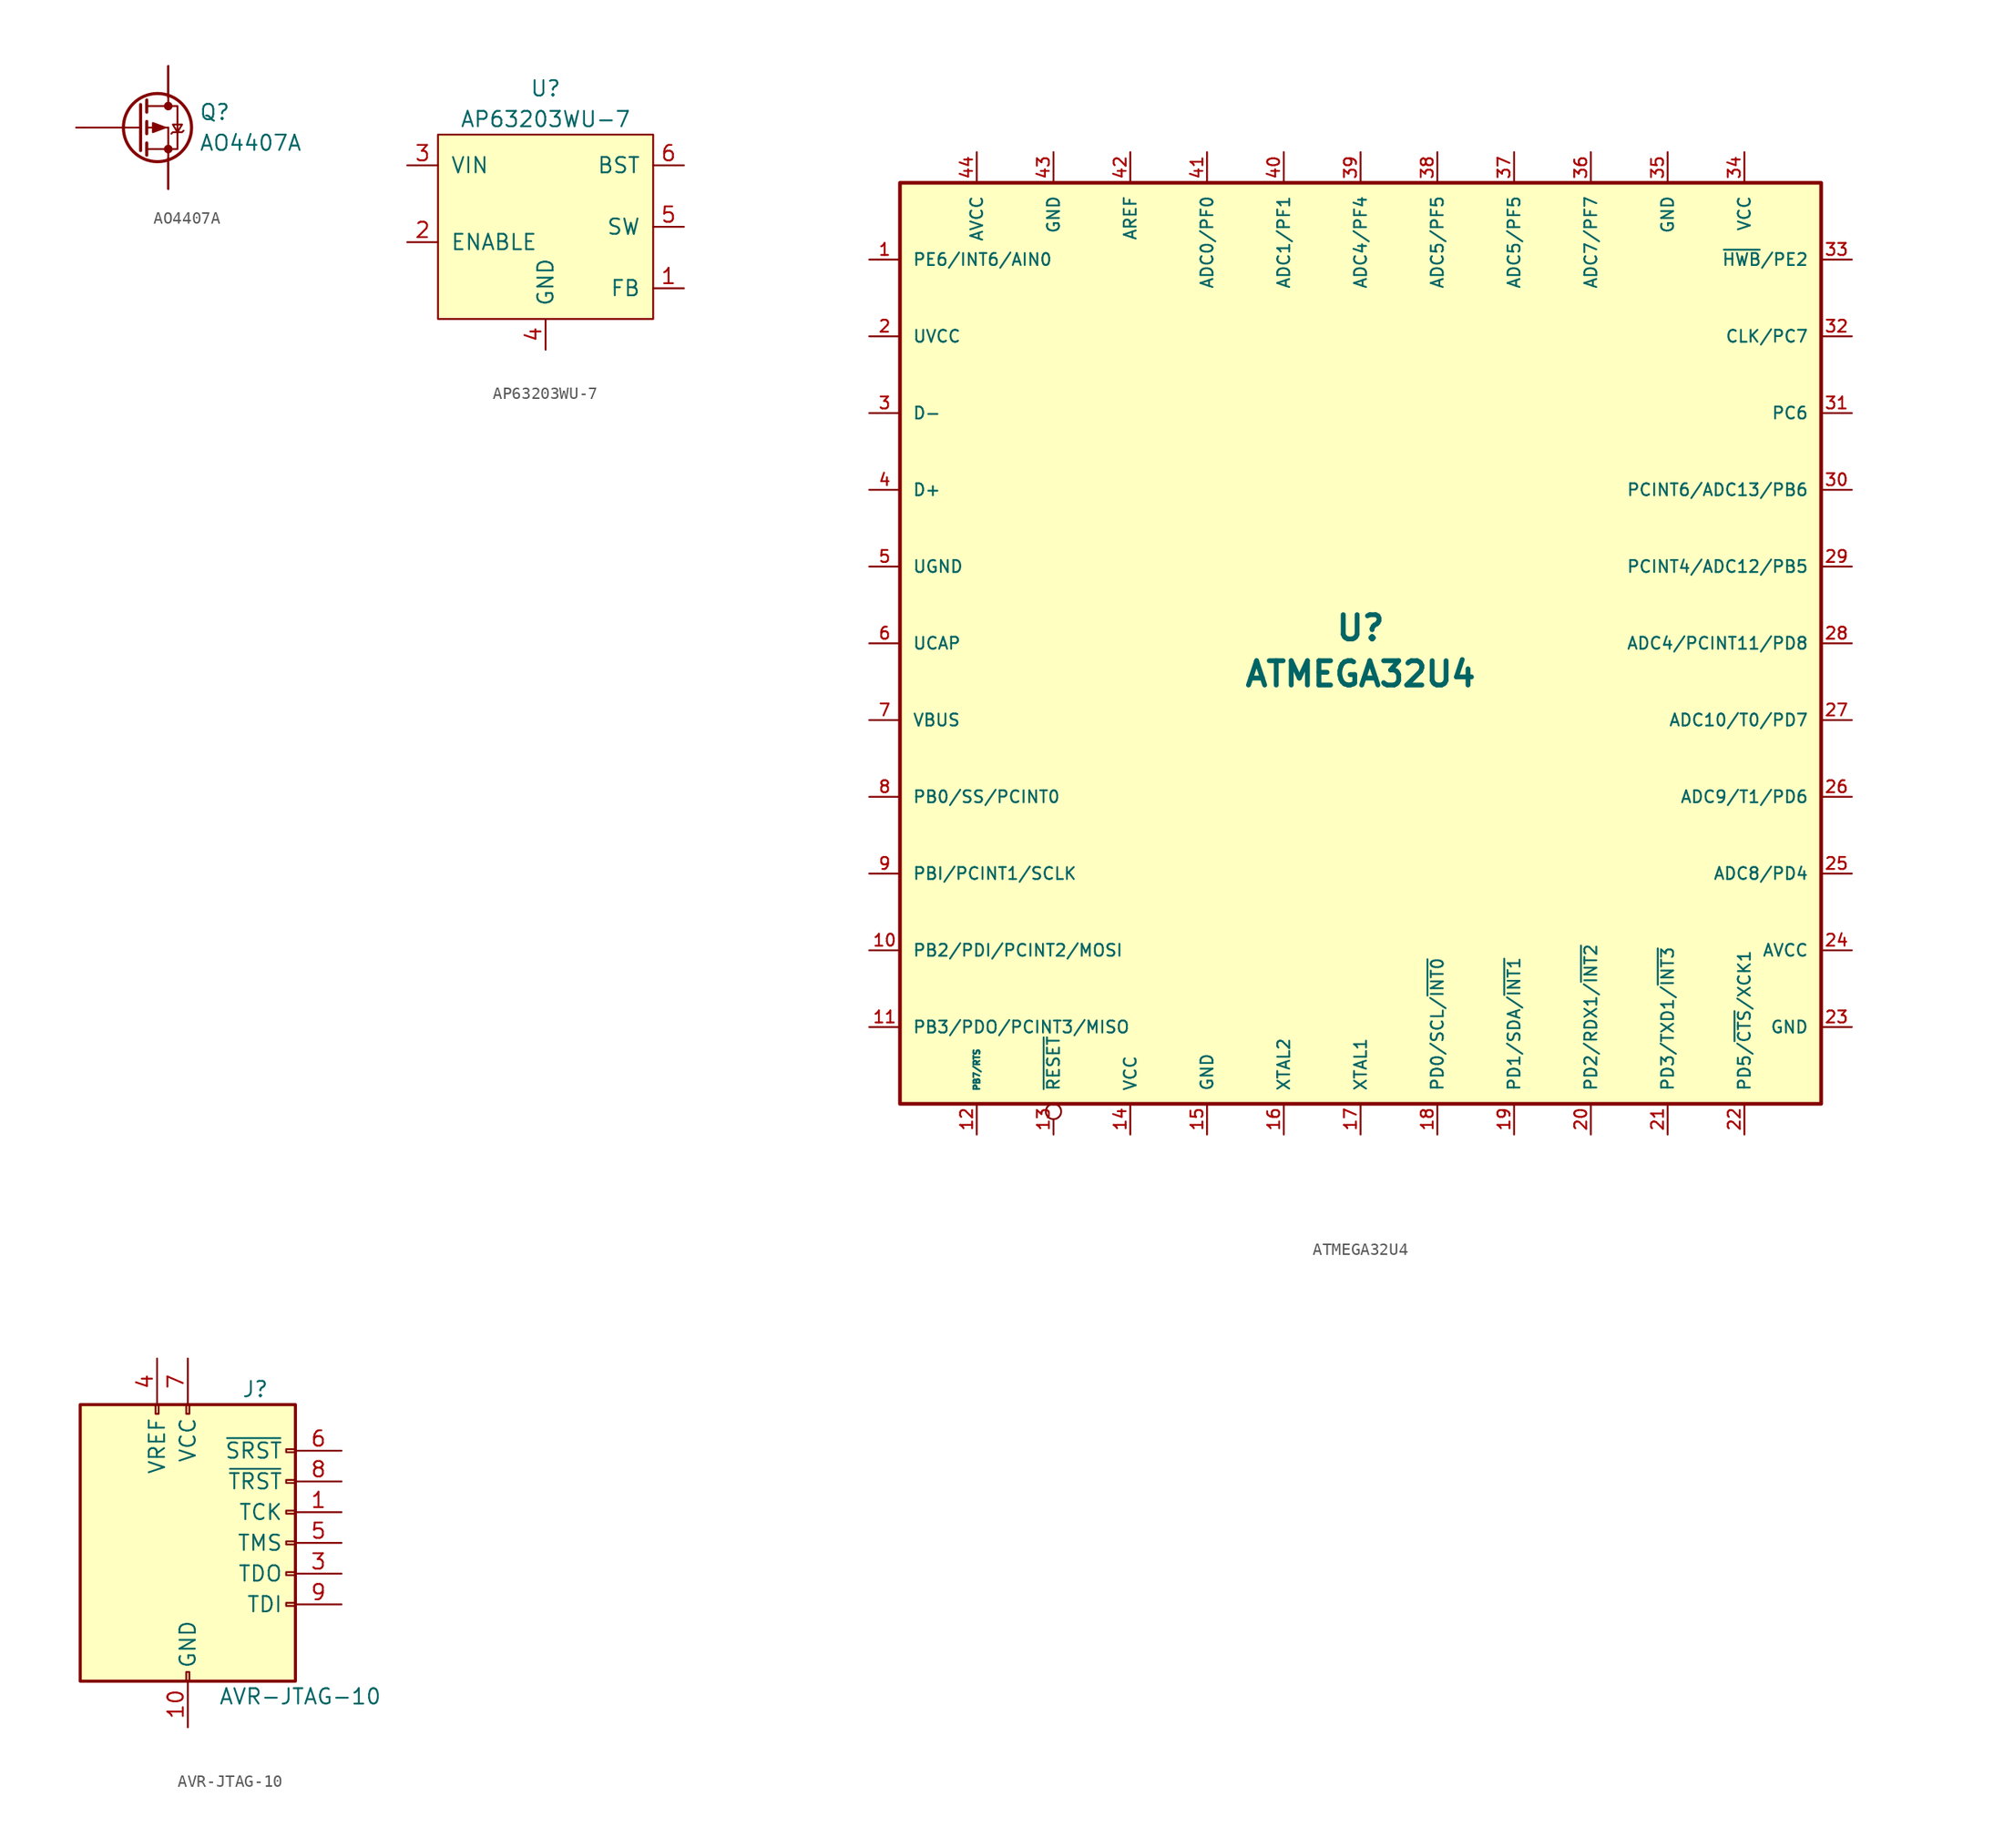
<source format=kicad_sym>
(kicad_symbol_lib
  (version 20211014)
  (generator kicad_symbol_editor)
  (symbol "AO4407A"
    (pin_names
      (offset 0) hide)
    (property "Reference" "Q"
      (at 2.54 1.27 0)
      (effects (font (size 1.27 1.27)) (justify left)))
    (property "Value" "AO4407A"
      (at 2.54 -1.27 0)
      (effects (font (size 1.27 1.27)) (justify left)))
    (symbol "AO4407A_0_1"
      (circle (center -0.889 0) (radius 2.819) (stroke (width 0.254) (type default) (color 0 0 0 0)) (fill (type none)))
      (circle (center 0 -1.778) (radius 0.279) (stroke (width 0) (type default) (color 0 0 0 0)) (fill (type outline)))
      (polyline (pts (xy -2.489 0) (xy -2.286 0)) (stroke (width 0) (type default) (color 0 0 0 0)) (fill (type none)))
      (polyline (pts (xy -1.778 -1.778) (xy 0 -1.778)) (stroke (width 0) (type default) (color 0 0 0 0)) (fill (type none)))
      (polyline (pts (xy -1.778 -1.27) (xy -1.778 -2.286)) (stroke (width 0.254) (type default) (color 0 0 0 0)) (fill (type none)))
      (polyline (pts (xy -1.778 0) (xy 0 0)) (stroke (width 0) (type default) (color 0 0 0 0)) (fill (type none)))
      (polyline (pts (xy -1.778 0.508) (xy -1.778 -0.508)) (stroke (width 0.254) (type default) (color 0 0 0 0)) (fill (type none)))
      (polyline (pts (xy -1.778 1.778) (xy 0 1.778)) (stroke (width 0) (type default) (color 0 0 0 0)) (fill (type none)))
      (polyline (pts (xy -1.778 2.286) (xy -1.778 1.27)) (stroke (width 0.254) (type default) (color 0 0 0 0)) (fill (type none)))
      (polyline (pts (xy 0 -1.778) (xy 0 -2.54)) (stroke (width 0) (type default) (color 0 0 0 0)) (fill (type none)))
      (polyline (pts (xy 0 -1.778) (xy 0 0)) (stroke (width 0) (type default) (color 0 0 0 0)) (fill (type none)))
      (polyline (pts (xy 0 2.54) (xy 0 1.778)) (stroke (width 0) (type default) (color 0 0 0 0)) (fill (type none)))
      (polyline (pts (xy -2.286 1.905) (xy -2.286 -1.905) (xy -2.286 -1.905)) (stroke (width 0.254) (type default) (color 0 0 0 0)) (fill (type none)))
      (polyline (pts (xy -0.254 0) (xy -1.27 -0.381) (xy -1.27 0.381) (xy -0.254 0)) (stroke (width 0) (type default) (color 0 0 0 0)) (fill (type outline)))
      (polyline (pts (xy 0 -1.778) (xy 0.762 -1.778) (xy 0.762 1.778) (xy 0 1.778)) (stroke (width 0) (type default) (color 0 0 0 0)) (fill (type none)))
      (polyline (pts (xy 0.254 -0.508) (xy 0.381 -0.381) (xy 1.143 -0.381) (xy 1.27 -0.254)) (stroke (width 0) (type default) (color 0 0 0 0)) (fill (type none)))
      (polyline (pts (xy 0.762 -0.381) (xy 0.381 0.254) (xy 1.143 0.254) (xy 0.762 -0.381)) (stroke (width 0) (type default) (color 0 0 0 0)) (fill (type none)))
      (circle (center 0 1.778) (radius 0.279) (stroke (width 0) (type default) (color 0 0 0 0)) (fill (type outline))))
    (symbol "AO4407A_1_1"
      (pin passive line (at 0 -5.08 90) (length 2.54) (name "S" (effects (font (size 1.27 1.27)))) (number "1" (effects (font (size 0 0)))))
      (pin passive line (at 0 -5.08 90) (length 2.54) (name "S" (effects (font (size 1.27 1.27)))) (number "2" (effects (font (size 0 0)))))
      (pin passive line (at 0 -5.08 90) (length 2.54) (name "S" (effects (font (size 1.27 1.27)))) (number "3" (effects (font (size 0 0)))))
      (pin input line (at -7.62 0 0) (length 5.08) (name "G" (effects (font (size 1.27 1.27)))) (number "4" (effects (font (size 0 0)))))
      (pin passive line (at 0 5.08 270) (length 2.54) (name "D" (effects (font (size 1.27 1.27)))) (number "5" (effects (font (size 0 0)))))
      (pin passive line (at 0 5.08 270) (length 2.54) (name "D" (effects (font (size 1.27 1.27)))) (number "6" (effects (font (size 0 0)))))
      (pin passive line (at 0 5.08 270) (length 2.54) (name "D" (effects (font (size 1.27 1.27)))) (number "7" (effects (font (size 0 0)))))
      (pin passive line (at 0 5.08 270) (length 2.54) (name "D" (effects (font (size 1.27 1.27)))) (number "8" (effects (font (size 0 0)))))))
  (symbol "AP63203WU-7"
    (pin_names
      (offset 1.016))
    (property "Reference" "U"
      (at 0 13.97 0)
      (effects (font (size 1.27 1.27))))
    (property "Value" "AP63203WU-7"
      (at 0 11.43 0)
      (effects (font (size 1.27 1.27))))
    (symbol "AP63203WU-7_0_0"
      (rectangle (start -8.89 10.16) (end 8.89 -5.08) (stroke (width 0) (type default) (color 0 0 0 0)) (fill (type background))))
    (symbol "AP63203WU-7_1_1"
      (pin input line (at 11.43 -2.54 180) (length 2.54) (name "FB" (effects (font (size 1.27 1.27)))) (number "1" (effects (font (size 1.27 1.27)))))
      (pin input line (at -11.43 1.27 0) (length 2.54) (name "ENABLE" (effects (font (size 1.27 1.27)))) (number "2" (effects (font (size 1.27 1.27)))))
      (pin input line (at -11.43 7.62 0) (length 2.54) (name "VIN" (effects (font (size 1.27 1.27)))) (number "3" (effects (font (size 1.27 1.27)))))
      (pin input line (at 0 -7.62 90) (length 2.54) (name "GND" (effects (font (size 1.27 1.27)))) (number "4" (effects (font (size 1.27 1.27)))))
      (pin output line (at 11.43 2.54 180) (length 2.54) (name "SW" (effects (font (size 1.27 1.27)))) (number "5" (effects (font (size 1.27 1.27)))))
      (pin input line (at 11.43 7.62 180) (length 2.54) (name "BST" (effects (font (size 1.27 1.27)))) (number "6" (effects (font (size 1.27 1.27)))))))
  (symbol "ATMEGA32U4"
    (pin_names
      (offset 1.016))
    (property "Reference" "U"
      (at 0 1.27 0)
      (effects (font (size 2.007 2.007) bold)))
    (property "Value" "ATMEGA32U4"
      (at 0 -2.54 0)
      (effects (font (size 2.007 2.007) bold)))
    (symbol "ATMEGA32U4_0_1"
      (rectangle (start -38.1 38.1) (end 38.1 -38.1) (stroke (width 0.305) (type default) (color 0 0 0 0)) (fill (type background))))
    (symbol "ATMEGA32U4_1_1"
      (pin bidirectional line (at -40.64 31.75 0) (length 2.54) (name "PE6/INT6/AIN0" (effects (font (size 0.991 0.991)))) (number "1" (effects (font (size 0.991 0.991)))))
      (pin bidirectional line (at -40.64 -25.4 0) (length 2.54) (name "PB2/PDI/PCINT2/MOSI" (effects (font (size 0.991 0.991)))) (number "10" (effects (font (size 0.991 0.991)))))
      (pin bidirectional line (at -40.64 -31.75 0) (length 2.54) (name "PB3/PDO/PCINT3/MISO" (effects (font (size 0.991 0.991)))) (number "11" (effects (font (size 0.991 0.991)))))
      (pin bidirectional line (at -31.75 -40.64 90) (length 2.54) (name "PB7/RTS" (effects (font (size 0.508 0.508)))) (number "12" (effects (font (size 0.991 0.991)))))
      (pin input inverted (at -25.4 -40.64 90) (length 2.54) (name "~{RESET}" (effects (font (size 0.991 0.991)))) (number "13" (effects (font (size 0.991 0.991)))))
      (pin power_in line (at -19.05 -40.64 90) (length 2.54) (name "VCC" (effects (font (size 0.991 0.991)))) (number "14" (effects (font (size 0.991 0.991)))))
      (pin power_in line (at -12.7 -40.64 90) (length 2.54) (name "GND" (effects (font (size 0.991 0.991)))) (number "15" (effects (font (size 0.991 0.991)))))
      (pin input line (at -6.35 -40.64 90) (length 2.54) (name "XTAL2" (effects (font (size 0.991 0.991)))) (number "16" (effects (font (size 0.991 0.991)))))
      (pin input line (at 0 -40.64 90) (length 2.54) (name "XTAL1" (effects (font (size 0.991 0.991)))) (number "17" (effects (font (size 0.991 0.991)))))
      (pin bidirectional line (at 6.35 -40.64 90) (length 2.54) (name "PD0/SCL/~{INT0}" (effects (font (size 0.991 0.991)))) (number "18" (effects (font (size 0.991 0.991)))))
      (pin bidirectional line (at 12.7 -40.64 90) (length 2.54) (name "PD1/SDA/~{INT1}" (effects (font (size 0.991 0.991)))) (number "19" (effects (font (size 0.991 0.991)))))
      (pin power_in line (at -40.64 25.4 0) (length 2.54) (name "UVCC" (effects (font (size 0.991 0.991)))) (number "2" (effects (font (size 0.991 0.991)))))
      (pin bidirectional line (at 19.05 -40.64 90) (length 2.54) (name "PD2/RDX1/~{INT2}" (effects (font (size 0.991 0.991)))) (number "20" (effects (font (size 0.991 0.991)))))
      (pin bidirectional line (at 25.4 -40.64 90) (length 2.54) (name "PD3/TXD1/~{INT3}" (effects (font (size 0.991 0.991)))) (number "21" (effects (font (size 0.991 0.991)))))
      (pin bidirectional line (at 31.75 -40.64 90) (length 2.54) (name "PD5/~{CTS}/XCK1" (effects (font (size 0.991 0.991)))) (number "22" (effects (font (size 0.991 0.991)))))
      (pin power_in line (at 40.64 -31.75 180) (length 2.54) (name "GND" (effects (font (size 0.991 0.991)))) (number "23" (effects (font (size 0.991 0.991)))))
      (pin power_in line (at 40.64 -25.4 180) (length 2.54) (name "AVCC" (effects (font (size 0.991 0.991)))) (number "24" (effects (font (size 0.991 0.991)))))
      (pin bidirectional line (at 40.64 -19.05 180) (length 2.54) (name "ADC8/PD4" (effects (font (size 0.991 0.991)))) (number "25" (effects (font (size 0.991 0.991)))))
      (pin bidirectional line (at 40.64 -12.7 180) (length 2.54) (name "ADC9/T1/PD6" (effects (font (size 0.991 0.991)))) (number "26" (effects (font (size 0.991 0.991)))))
      (pin bidirectional line (at 40.64 -6.35 180) (length 2.54) (name "ADC10/T0/PD7" (effects (font (size 0.991 0.991)))) (number "27" (effects (font (size 0.991 0.991)))))
      (pin bidirectional line (at 40.64 0 180) (length 2.54) (name "ADC4/PCINT11/PD8" (effects (font (size 0.991 0.991)))) (number "28" (effects (font (size 0.991 0.991)))))
      (pin bidirectional line (at 40.64 6.35 180) (length 2.54) (name "PCINT4/ADC12/PB5" (effects (font (size 0.991 0.991)))) (number "29" (effects (font (size 0.991 0.991)))))
      (pin bidirectional line (at -40.64 19.05 0) (length 2.54) (name "D-" (effects (font (size 0.991 0.991)))) (number "3" (effects (font (size 0.991 0.991)))))
      (pin bidirectional line (at 40.64 12.7 180) (length 2.54) (name "PCINT6/ADC13/PB6" (effects (font (size 0.991 0.991)))) (number "30" (effects (font (size 0.991 0.991)))))
      (pin bidirectional line (at 40.64 19.05 180) (length 2.54) (name "PC6" (effects (font (size 0.991 0.991)))) (number "31" (effects (font (size 0.991 0.991)))))
      (pin bidirectional line (at 40.64 25.4 180) (length 2.54) (name "CLK/PC7" (effects (font (size 0.991 0.991)))) (number "32" (effects (font (size 0.991 0.991)))))
      (pin bidirectional line (at 40.64 31.75 180) (length 2.54) (name "~{HWB}/PE2" (effects (font (size 0.991 0.991)))) (number "33" (effects (font (size 0.991 0.991)))))
      (pin power_in line (at 31.75 40.64 270) (length 2.54) (name "VCC" (effects (font (size 0.991 0.991)))) (number "34" (effects (font (size 0.991 0.991)))))
      (pin power_in line (at 25.4 40.64 270) (length 2.54) (name "GND" (effects (font (size 0.991 0.991)))) (number "35" (effects (font (size 0.991 0.991)))))
      (pin bidirectional line (at 19.05 40.64 270) (length 2.54) (name "ADC7/PF7" (effects (font (size 0.991 0.991)))) (number "36" (effects (font (size 0.991 0.991)))))
      (pin bidirectional line (at 12.7 40.64 270) (length 2.54) (name "ADC5/PF5" (effects (font (size 0.991 0.991)))) (number "37" (effects (font (size 0.991 0.991)))))
      (pin bidirectional line (at 6.35 40.64 270) (length 2.54) (name "ADC5/PF5" (effects (font (size 0.991 0.991)))) (number "38" (effects (font (size 0.991 0.991)))))
      (pin bidirectional line (at 0 40.64 270) (length 2.54) (name "ADC4/PF4" (effects (font (size 0.991 0.991)))) (number "39" (effects (font (size 0.991 0.991)))))
      (pin bidirectional line (at -40.64 12.7 0) (length 2.54) (name "D+" (effects (font (size 0.991 0.991)))) (number "4" (effects (font (size 0.991 0.991)))))
      (pin bidirectional line (at -6.35 40.64 270) (length 2.54) (name "ADC1/PF1" (effects (font (size 0.991 0.991)))) (number "40" (effects (font (size 0.991 0.991)))))
      (pin bidirectional line (at -12.7 40.64 270) (length 2.54) (name "ADC0/PF0" (effects (font (size 0.991 0.991)))) (number "41" (effects (font (size 0.991 0.991)))))
      (pin input line (at -19.05 40.64 270) (length 2.54) (name "AREF" (effects (font (size 0.991 0.991)))) (number "42" (effects (font (size 0.991 0.991)))))
      (pin power_in line (at -25.4 40.64 270) (length 2.54) (name "GND" (effects (font (size 0.991 0.991)))) (number "43" (effects (font (size 0.991 0.991)))))
      (pin power_in line (at -31.75 40.64 270) (length 2.54) (name "AVCC" (effects (font (size 0.991 0.991)))) (number "44" (effects (font (size 0.991 0.991)))))
      (pin power_in line (at -40.64 6.35 0) (length 2.54) (name "UGND" (effects (font (size 0.991 0.991)))) (number "5" (effects (font (size 0.991 0.991)))))
      (pin input line (at -40.64 0 0) (length 2.54) (name "UCAP" (effects (font (size 0.991 0.991)))) (number "6" (effects (font (size 0.991 0.991)))))
      (pin power_in line (at -40.64 -6.35 0) (length 2.54) (name "VBUS" (effects (font (size 0.991 0.991)))) (number "7" (effects (font (size 0.991 0.991)))))
      (pin bidirectional line (at -40.64 -12.7 0) (length 2.54) (name "PB0/SS/PCINT0" (effects (font (size 0.991 0.991)))) (number "8" (effects (font (size 0.991 0.991)))))
      (pin bidirectional line (at -40.64 -19.05 0) (length 2.54) (name "PBI/PCINT1/SCLK" (effects (font (size 0.991 0.991)))) (number "9" (effects (font (size 0.991 0.991)))))))
  (symbol "AVR-JTAG-10"
    (pin_names
      (offset 1.016))
    (property "Reference" "J"
      (at 4.445 12.7 0)
      (effects (font (size 1.27 1.27)) (justify left)))
    (property "Value" "AVR-JTAG-10"
      (at 2.54 -12.7 0)
      (effects (font (size 1.27 1.27)) (justify left)))
    (symbol "AVR-JTAG-10_0_1"
      (rectangle (start -2.667 11.43) (end -2.413 10.668) (stroke (width 0) (type default) (color 0 0 0 0)) (fill (type none)))
      (rectangle (start -0.127 -10.668) (end 0.127 -11.43) (stroke (width 0) (type default) (color 0 0 0 0)) (fill (type none)))
      (rectangle (start -0.127 11.43) (end 0.127 10.668) (stroke (width 0) (type default) (color 0 0 0 0)) (fill (type none)))
      (rectangle (start 8.89 -4.953) (end 8.128 -5.207) (stroke (width 0) (type default) (color 0 0 0 0)) (fill (type none)))
      (rectangle (start 8.89 -2.413) (end 8.128 -2.667) (stroke (width 0) (type default) (color 0 0 0 0)) (fill (type none)))
      (rectangle (start 8.89 0.127) (end 8.128 -0.127) (stroke (width 0) (type default) (color 0 0 0 0)) (fill (type none)))
      (rectangle (start 8.89 2.667) (end 8.128 2.413) (stroke (width 0) (type default) (color 0 0 0 0)) (fill (type none)))
      (rectangle (start 8.89 5.207) (end 8.128 4.953) (stroke (width 0) (type default) (color 0 0 0 0)) (fill (type none)))
      (rectangle (start 8.89 7.747) (end 8.128 7.493) (stroke (width 0) (type default) (color 0 0 0 0)) (fill (type none)))
      (rectangle (start 8.89 11.43) (end -8.89 -11.43) (stroke (width 0.254) (type default) (color 0 0 0 0)) (fill (type background))))
    (symbol "AVR-JTAG-10_1_1"
      (pin passive line (at 12.7 2.54 180) (length 3.81) (name "TCK" (effects (font (size 1.27 1.27)))) (number "1" (effects (font (size 1.27 1.27)))))
      (pin power_in line (at 0 -15.24 90) (length 3.81) (name "GND" (effects (font (size 1.27 1.27)))) (number "10" (effects (font (size 1.27 1.27)))))
      (pin passive line (at 0 -15.24 90) (length 3.81) hide (name "GND" (effects (font (size 1.27 1.27)))) (number "2" (effects (font (size 1.27 1.27)))))
      (pin passive line (at 12.7 -2.54 180) (length 3.81) (name "TDO" (effects (font (size 1.27 1.27)))) (number "3" (effects (font (size 1.27 1.27)))))
      (pin passive line (at -2.54 15.24 270) (length 3.81) (name "VREF" (effects (font (size 1.27 1.27)))) (number "4" (effects (font (size 1.27 1.27)))))
      (pin passive line (at 12.7 0 180) (length 3.81) (name "TMS" (effects (font (size 1.27 1.27)))) (number "5" (effects (font (size 1.27 1.27)))))
      (pin passive line (at 12.7 7.62 180) (length 3.81) (name "~{SRST}" (effects (font (size 1.27 1.27)))) (number "6" (effects (font (size 1.27 1.27)))))
      (pin power_in line (at 0 15.24 270) (length 3.81) (name "VCC" (effects (font (size 1.27 1.27)))) (number "7" (effects (font (size 1.27 1.27)))))
      (pin passive line (at 12.7 5.08 180) (length 3.81) (name "~{TRST}" (effects (font (size 1.27 1.27)))) (number "8" (effects (font (size 1.27 1.27)))))
      (pin passive line (at 12.7 -5.08 180) (length 3.81) (name "TDI" (effects (font (size 1.27 1.27)))) (number "9" (effects (font (size 1.27 1.27))))))))
</source>
